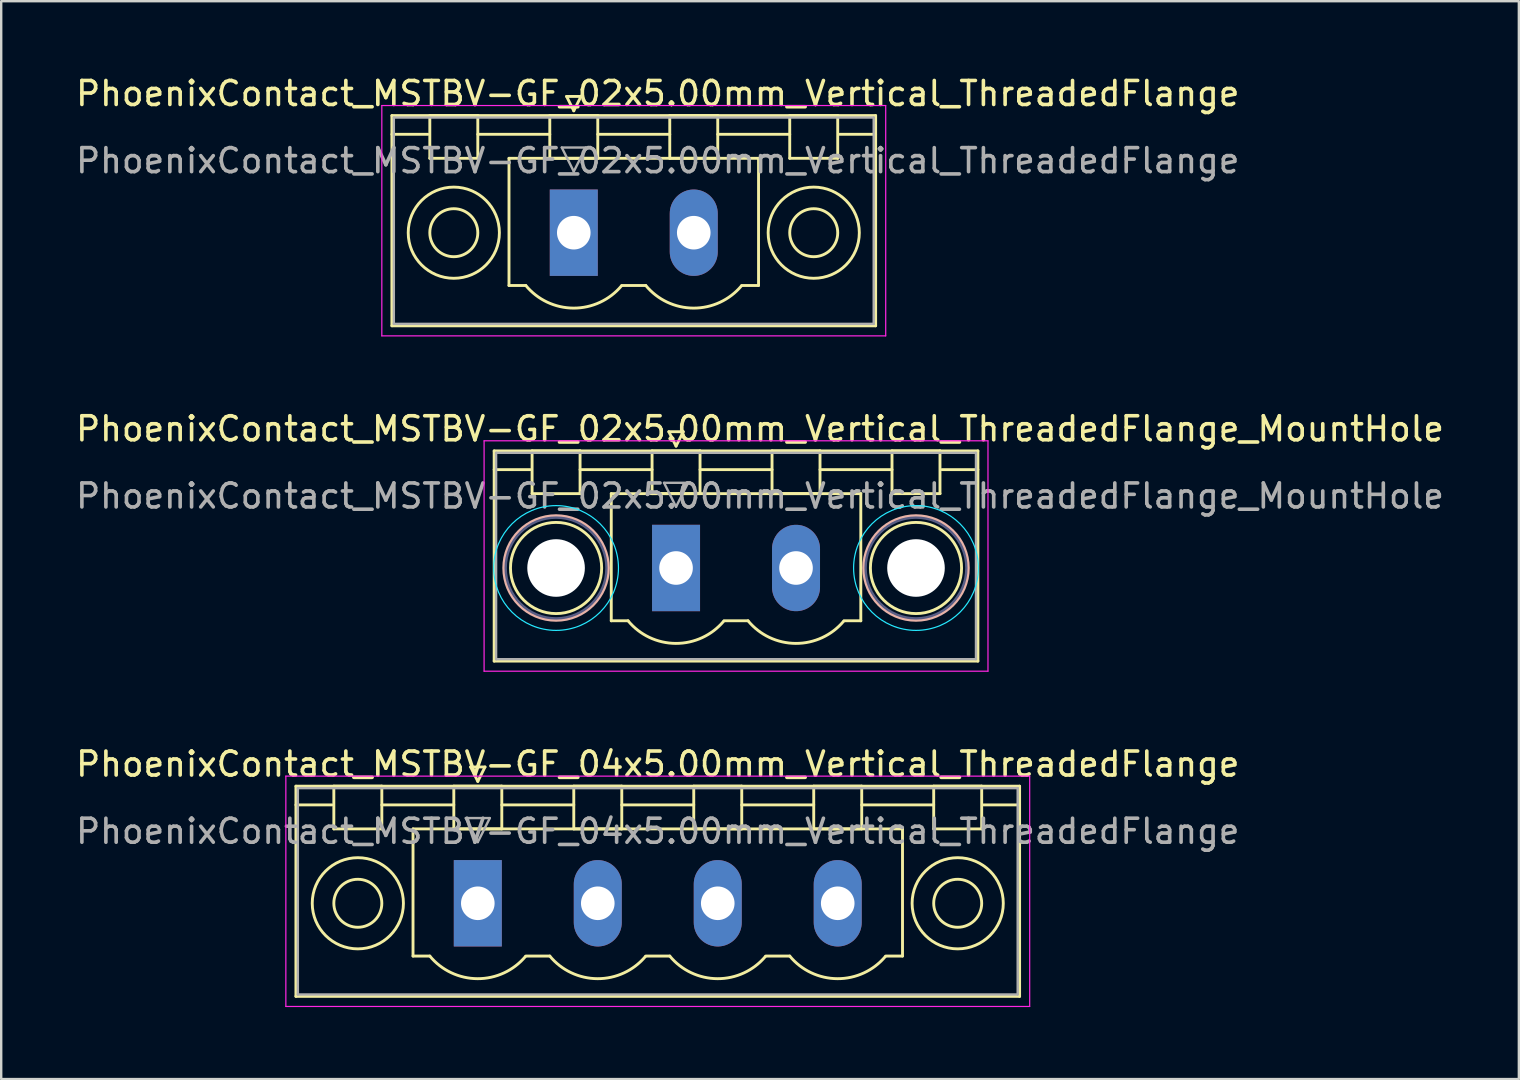
<source format=kicad_pcb>
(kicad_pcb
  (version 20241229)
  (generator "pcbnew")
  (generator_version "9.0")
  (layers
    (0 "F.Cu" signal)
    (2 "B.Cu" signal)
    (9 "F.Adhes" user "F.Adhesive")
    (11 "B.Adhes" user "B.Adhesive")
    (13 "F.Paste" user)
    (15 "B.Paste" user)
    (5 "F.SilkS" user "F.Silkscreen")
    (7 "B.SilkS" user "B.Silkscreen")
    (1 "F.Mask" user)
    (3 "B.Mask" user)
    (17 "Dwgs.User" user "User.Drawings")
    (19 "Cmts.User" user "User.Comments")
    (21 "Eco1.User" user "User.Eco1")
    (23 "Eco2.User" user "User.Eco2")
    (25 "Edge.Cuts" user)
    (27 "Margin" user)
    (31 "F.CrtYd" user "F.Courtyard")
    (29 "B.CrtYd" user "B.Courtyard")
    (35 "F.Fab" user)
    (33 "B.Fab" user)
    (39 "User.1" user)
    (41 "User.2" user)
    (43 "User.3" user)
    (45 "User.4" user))
  (footprint "PhoenixContact_MSTBV-GF_04x5.00mm_Vertical_ThreadedFlange"
    (layer "F.Cu")
    (at 16.863 34.595)
    (property "Reference" "PhoenixContact_MSTBV-GF_04x5.00mm_Vertical_ThreadedFlange" (at 7.5 -5.8 0) (layer "F.SilkS") (effects (font (size 1 1) (thickness 0.15))))
    (attr through_hole)
    (fp_line (start -7.58 -4.88) (end -7.58 3.88) (stroke (width 0.12) (type solid)) (layer "F.SilkS"))
    (fp_line (start -7.58 -4.1) (end -6.08 -4.1) (stroke (width 0.12) (type solid)) (layer "F.SilkS"))
    (fp_line (start -7.58 3.88) (end 22.58 3.88) (stroke (width 0.12) (type solid)) (layer "F.SilkS"))
    (fp_line (start -6 -4.88) (end -4 -4.88) (stroke (width 0.12) (type solid)) (layer "F.SilkS"))
    (fp_line (start -6 -3.1) (end -6 -4.88) (stroke (width 0.12) (type solid)) (layer "F.SilkS"))
    (fp_line (start -4 -4.88) (end -4 -3.1) (stroke (width 0.12) (type solid)) (layer "F.SilkS"))
    (fp_line (start -4 -4.1) (end -1 -4.1) (stroke (width 0.12) (type solid)) (layer "F.SilkS"))
    (fp_line (start -4 -3.1) (end -6 -3.1) (stroke (width 0.12) (type solid)) (layer "F.SilkS"))
    (fp_line (start -2.7 -3.1) (end 17.7 -3.1) (stroke (width 0.12) (type solid)) (layer "F.SilkS"))
    (fp_line (start -2.7 2.2) (end -2.7 -3.1) (stroke (width 0.12) (type solid)) (layer "F.SilkS"))
    (fp_line (start -2 2.2) (end -2.7 2.2) (stroke (width 0.12) (type solid)) (layer "F.SilkS"))
    (fp_line (start -1 -4.88) (end 1 -4.88) (stroke (width 0.12) (type solid)) (layer "F.SilkS"))
    (fp_line (start -1 -3.1) (end -1 -4.88) (stroke (width 0.12) (type solid)) (layer "F.SilkS"))
    (fp_line (start -0.3 -5.68) (end 0.3 -5.68) (stroke (width 0.12) (type solid)) (layer "F.SilkS"))
    (fp_line (start 0 -5.08) (end -0.3 -5.68) (stroke (width 0.12) (type solid)) (layer "F.SilkS"))
    (fp_line (start 0.3 -5.68) (end 0 -5.08) (stroke (width 0.12) (type solid)) (layer "F.SilkS"))
    (fp_line (start 1 -4.88) (end 1 -3.1) (stroke (width 0.12) (type solid)) (layer "F.SilkS"))
    (fp_line (start 1 -4.1) (end 4 -4.1) (stroke (width 0.12) (type solid)) (layer "F.SilkS"))
    (fp_line (start 1 -3.1) (end -1 -3.1) (stroke (width 0.12) (type solid)) (layer "F.SilkS"))
    (fp_line (start 2 2.2) (end 3 2.2) (stroke (width 0.12) (type solid)) (layer "F.SilkS"))
    (fp_line (start 4 -4.88) (end 6 -4.88) (stroke (width 0.12) (type solid)) (layer "F.SilkS"))
    (fp_line (start 4 -3.1) (end 4 -4.88) (stroke (width 0.12) (type solid)) (layer "F.SilkS"))
    (fp_line (start 6 -4.88) (end 6 -3.1) (stroke (width 0.12) (type solid)) (layer "F.SilkS"))
    (fp_line (start 6 -4.1) (end 9 -4.1) (stroke (width 0.12) (type solid)) (layer "F.SilkS"))
    (fp_line (start 6 -3.1) (end 4 -3.1) (stroke (width 0.12) (type solid)) (layer "F.SilkS"))
    (fp_line (start 7 2.2) (end 8 2.2) (stroke (width 0.12) (type solid)) (layer "F.SilkS"))
    (fp_line (start 9 -4.88) (end 11 -4.88) (stroke (width 0.12) (type solid)) (layer "F.SilkS"))
    (fp_line (start 9 -3.1) (end 9 -4.88) (stroke (width 0.12) (type solid)) (layer "F.SilkS"))
    (fp_line (start 11 -4.88) (end 11 -3.1) (stroke (width 0.12) (type solid)) (layer "F.SilkS"))
    (fp_line (start 11 -4.1) (end 14 -4.1) (stroke (width 0.12) (type solid)) (layer "F.SilkS"))
    (fp_line (start 11 -3.1) (end 9 -3.1) (stroke (width 0.12) (type solid)) (layer "F.SilkS"))
    (fp_line (start 12 2.2) (end 13 2.2) (stroke (width 0.12) (type solid)) (layer "F.SilkS"))
    (fp_line (start 14 -4.88) (end 16 -4.88) (stroke (width 0.12) (type solid)) (layer "F.SilkS"))
    (fp_line (start 14 -3.1) (end 14 -4.88) (stroke (width 0.12) (type solid)) (layer "F.SilkS"))
    (fp_line (start 16 -4.88) (end 16 -3.1) (stroke (width 0.12) (type solid)) (layer "F.SilkS"))
    (fp_line (start 16 -4.1) (end 19 -4.1) (stroke (width 0.12) (type solid)) (layer "F.SilkS"))
    (fp_line (start 16 -3.1) (end 14 -3.1) (stroke (width 0.12) (type solid)) (layer "F.SilkS"))
    (fp_line (start 17.7 -3.1) (end 17.7 2.2) (stroke (width 0.12) (type solid)) (layer "F.SilkS"))
    (fp_line (start 17.7 2.2) (end 17 2.2) (stroke (width 0.12) (type solid)) (layer "F.SilkS"))
    (fp_line (start 19 -4.88) (end 21 -4.88) (stroke (width 0.12) (type solid)) (layer "F.SilkS"))
    (fp_line (start 19 -3.1) (end 19 -4.88) (stroke (width 0.12) (type solid)) (layer "F.SilkS"))
    (fp_line (start 21 -4.88) (end 21 -3.1) (stroke (width 0.12) (type solid)) (layer "F.SilkS"))
    (fp_line (start 21 -3.1) (end 19 -3.1) (stroke (width 0.12) (type solid)) (layer "F.SilkS"))
    (fp_line (start 22.58 -4.88) (end -7.58 -4.88) (stroke (width 0.12) (type solid)) (layer "F.SilkS"))
    (fp_line (start 22.58 -4.1) (end 21.08 -4.1) (stroke (width 0.12) (type solid)) (layer "F.SilkS"))
    (fp_line (start 22.58 3.88) (end 22.58 -4.88) (stroke (width 0.12) (type solid)) (layer "F.SilkS"))
    (fp_arc (start 1.986842 2.215821) (mid -0.010289 3.142758) (end -2 2.2) (stroke (width 0.12) (type solid)) (layer "F.SilkS"))
    (fp_arc (start 6.986842 2.215821) (mid 4.989711 3.142758) (end 3 2.2) (stroke (width 0.12) (type solid)) (layer "F.SilkS"))
    (fp_arc (start 11.986842 2.215821) (mid 9.989711 3.142758) (end 8 2.2) (stroke (width 0.12) (type solid)) (layer "F.SilkS"))
    (fp_arc (start 16.986842 2.215821) (mid 14.989711 3.142758) (end 13 2.2) (stroke (width 0.12) (type solid)) (layer "F.SilkS"))
    (fp_circle (center -5 0) (end -4 0) (stroke (width 0.12) (type solid)) (fill no) (layer "F.SilkS"))
    (fp_circle (center -5 0) (end -3.1 0) (stroke (width 0.12) (type solid)) (fill no) (layer "F.SilkS"))
    (fp_circle (center 20 0) (end 21 0) (stroke (width 0.12) (type solid)) (fill no) (layer "F.SilkS"))
    (fp_circle (center 20 0) (end 21.9 0) (stroke (width 0.12) (type solid)) (fill no) (layer "F.SilkS"))
    (fp_line (start -8 -5.3) (end -8 4.3) (stroke (width 0.05) (type solid)) (layer "F.CrtYd"))
    (fp_line (start -8 4.3) (end 23 4.3) (stroke (width 0.05) (type solid)) (layer "F.CrtYd"))
    (fp_line (start 23 -5.3) (end -8 -5.3) (stroke (width 0.05) (type solid)) (layer "F.CrtYd"))
    (fp_line (start 23 4.3) (end 23 -5.3) (stroke (width 0.05) (type solid)) (layer "F.CrtYd"))
    (fp_line (start -7.5 -4.8) (end -7.5 3.8) (stroke (width 0.1) (type solid)) (layer "F.Fab"))
    (fp_line (start -7.5 3.8) (end 22.5 3.8) (stroke (width 0.1) (type solid)) (layer "F.Fab"))
    (fp_line (start -0.5 -3.55) (end 0.5 -3.55) (stroke (width 0.1) (type solid)) (layer "F.Fab"))
    (fp_line (start 0 -2.55) (end -0.5 -3.55) (stroke (width 0.1) (type solid)) (layer "F.Fab"))
    (fp_line (start 0.5 -3.55) (end 0 -2.55) (stroke (width 0.1) (type solid)) (layer "F.Fab"))
    (fp_line (start 22.5 -4.8) (end -7.5 -4.8) (stroke (width 0.1) (type solid)) (layer "F.Fab"))
    (fp_line (start 22.5 3.8) (end 22.5 -4.8) (stroke (width 0.1) (type solid)) (layer "F.Fab"))
    (fp_text user "${REFERENCE}" (at 7.5 -3 0) (layer "F.Fab") (effects (font (size 1 1) (thickness 0.15))))
    (pad "1" thru_hole rect (at 0 0) (size 2 3.6) (drill 1.4) (layers "*.Cu" "*.Mask"))
    (pad "2" thru_hole oval (at 5 0) (size 2 3.6) (drill 1.4) (layers "*.Cu" "*.Mask"))
    (pad "3" thru_hole oval (at 10 0) (size 2 3.6) (drill 1.4) (layers "*.Cu" "*.Mask"))
    (pad "4" thru_hole oval (at 15 0) (size 2 3.6) (drill 1.4) (layers "*.Cu" "*.Mask")))
  (footprint "PhoenixContact_MSTBV-GF_02x5.00mm_Vertical_ThreadedFlange"
    (layer "F.Cu")
    (at 20.863 6.648)
    (property "Reference" "PhoenixContact_MSTBV-GF_02x5.00mm_Vertical_ThreadedFlange" (at 3.5 -5.8 0) (layer "F.SilkS") (effects (font (size 1 1) (thickness 0.15))))
    (attr through_hole)
    (fp_line (start -7.58 -4.88) (end -7.58 3.88) (stroke (width 0.12) (type solid)) (layer "F.SilkS"))
    (fp_line (start -7.58 -4.1) (end -6.08 -4.1) (stroke (width 0.12) (type solid)) (layer "F.SilkS"))
    (fp_line (start -7.58 3.88) (end 12.58 3.88) (stroke (width 0.12) (type solid)) (layer "F.SilkS"))
    (fp_line (start -6 -4.88) (end -4 -4.88) (stroke (width 0.12) (type solid)) (layer "F.SilkS"))
    (fp_line (start -6 -3.1) (end -6 -4.88) (stroke (width 0.12) (type solid)) (layer "F.SilkS"))
    (fp_line (start -4 -4.88) (end -4 -3.1) (stroke (width 0.12) (type solid)) (layer "F.SilkS"))
    (fp_line (start -4 -4.1) (end -1 -4.1) (stroke (width 0.12) (type solid)) (layer "F.SilkS"))
    (fp_line (start -4 -3.1) (end -6 -3.1) (stroke (width 0.12) (type solid)) (layer "F.SilkS"))
    (fp_line (start -2.7 -3.1) (end 7.7 -3.1) (stroke (width 0.12) (type solid)) (layer "F.SilkS"))
    (fp_line (start -2.7 2.2) (end -2.7 -3.1) (stroke (width 0.12) (type solid)) (layer "F.SilkS"))
    (fp_line (start -2 2.2) (end -2.7 2.2) (stroke (width 0.12) (type solid)) (layer "F.SilkS"))
    (fp_line (start -1 -4.88) (end 1 -4.88) (stroke (width 0.12) (type solid)) (layer "F.SilkS"))
    (fp_line (start -1 -3.1) (end -1 -4.88) (stroke (width 0.12) (type solid)) (layer "F.SilkS"))
    (fp_line (start -0.3 -5.68) (end 0.3 -5.68) (stroke (width 0.12) (type solid)) (layer "F.SilkS"))
    (fp_line (start 0 -5.08) (end -0.3 -5.68) (stroke (width 0.12) (type solid)) (layer "F.SilkS"))
    (fp_line (start 0.3 -5.68) (end 0 -5.08) (stroke (width 0.12) (type solid)) (layer "F.SilkS"))
    (fp_line (start 1 -4.88) (end 1 -3.1) (stroke (width 0.12) (type solid)) (layer "F.SilkS"))
    (fp_line (start 1 -4.1) (end 4 -4.1) (stroke (width 0.12) (type solid)) (layer "F.SilkS"))
    (fp_line (start 1 -3.1) (end -1 -3.1) (stroke (width 0.12) (type solid)) (layer "F.SilkS"))
    (fp_line (start 2 2.2) (end 3 2.2) (stroke (width 0.12) (type solid)) (layer "F.SilkS"))
    (fp_line (start 4 -4.88) (end 6 -4.88) (stroke (width 0.12) (type solid)) (layer "F.SilkS"))
    (fp_line (start 4 -3.1) (end 4 -4.88) (stroke (width 0.12) (type solid)) (layer "F.SilkS"))
    (fp_line (start 6 -4.88) (end 6 -3.1) (stroke (width 0.12) (type solid)) (layer "F.SilkS"))
    (fp_line (start 6 -4.1) (end 9 -4.1) (stroke (width 0.12) (type solid)) (layer "F.SilkS"))
    (fp_line (start 6 -3.1) (end 4 -3.1) (stroke (width 0.12) (type solid)) (layer "F.SilkS"))
    (fp_line (start 7.7 -3.1) (end 7.7 2.2) (stroke (width 0.12) (type solid)) (layer "F.SilkS"))
    (fp_line (start 7.7 2.2) (end 7 2.2) (stroke (width 0.12) (type solid)) (layer "F.SilkS"))
    (fp_line (start 9 -4.88) (end 11 -4.88) (stroke (width 0.12) (type solid)) (layer "F.SilkS"))
    (fp_line (start 9 -3.1) (end 9 -4.88) (stroke (width 0.12) (type solid)) (layer "F.SilkS"))
    (fp_line (start 11 -4.88) (end 11 -3.1) (stroke (width 0.12) (type solid)) (layer "F.SilkS"))
    (fp_line (start 11 -3.1) (end 9 -3.1) (stroke (width 0.12) (type solid)) (layer "F.SilkS"))
    (fp_line (start 12.58 -4.88) (end -7.58 -4.88) (stroke (width 0.12) (type solid)) (layer "F.SilkS"))
    (fp_line (start 12.58 -4.1) (end 11.08 -4.1) (stroke (width 0.12) (type solid)) (layer "F.SilkS"))
    (fp_line (start 12.58 3.88) (end 12.58 -4.88) (stroke (width 0.12) (type solid)) (layer "F.SilkS"))
    (fp_arc (start 1.986842 2.215821) (mid -0.010289 3.142758) (end -2 2.2) (stroke (width 0.12) (type solid)) (layer "F.SilkS"))
    (fp_arc (start 6.986842 2.215821) (mid 4.989711 3.142758) (end 3 2.2) (stroke (width 0.12) (type solid)) (layer "F.SilkS"))
    (fp_circle (center -5 0) (end -4 0) (stroke (width 0.12) (type solid)) (fill no) (layer "F.SilkS"))
    (fp_circle (center -5 0) (end -3.1 0) (stroke (width 0.12) (type solid)) (fill no) (layer "F.SilkS"))
    (fp_circle (center 10 0) (end 11 0) (stroke (width 0.12) (type solid)) (fill no) (layer "F.SilkS"))
    (fp_circle (center 10 0) (end 11.9 0) (stroke (width 0.12) (type solid)) (fill no) (layer "F.SilkS"))
    (fp_line (start -8 -5.3) (end -8 4.3) (stroke (width 0.05) (type solid)) (layer "F.CrtYd"))
    (fp_line (start -8 4.3) (end 13 4.3) (stroke (width 0.05) (type solid)) (layer "F.CrtYd"))
    (fp_line (start 13 -5.3) (end -8 -5.3) (stroke (width 0.05) (type solid)) (layer "F.CrtYd"))
    (fp_line (start 13 4.3) (end 13 -5.3) (stroke (width 0.05) (type solid)) (layer "F.CrtYd"))
    (fp_line (start -7.5 -4.8) (end -7.5 3.8) (stroke (width 0.1) (type solid)) (layer "F.Fab"))
    (fp_line (start -7.5 3.8) (end 12.5 3.8) (stroke (width 0.1) (type solid)) (layer "F.Fab"))
    (fp_line (start -0.5 -3.55) (end 0.5 -3.55) (stroke (width 0.1) (type solid)) (layer "F.Fab"))
    (fp_line (start 0 -2.55) (end -0.5 -3.55) (stroke (width 0.1) (type solid)) (layer "F.Fab"))
    (fp_line (start 0.5 -3.55) (end 0 -2.55) (stroke (width 0.1) (type solid)) (layer "F.Fab"))
    (fp_line (start 12.5 -4.8) (end -7.5 -4.8) (stroke (width 0.1) (type solid)) (layer "F.Fab"))
    (fp_line (start 12.5 3.8) (end 12.5 -4.8) (stroke (width 0.1) (type solid)) (layer "F.Fab"))
    (fp_text user "${REFERENCE}" (at 3.5 -3 0) (layer "F.Fab") (effects (font (size 1 1) (thickness 0.15))))
    (pad "1" thru_hole rect (at 0 0) (size 2 3.6) (drill 1.4) (layers "*.Cu" "*.Mask"))
    (pad "2" thru_hole oval (at 5 0) (size 2 3.6) (drill 1.4) (layers "*.Cu" "*.Mask")))
  (footprint "PhoenixContact_MSTBV-GF_02x5.00mm_Vertical_ThreadedFlange_MountHole"
    (layer "F.Cu")
    (at 25.125 20.622)
    (property "Reference" "PhoenixContact_MSTBV-GF_02x5.00mm_Vertical_ThreadedFlange_MountHole" (at 3.5 -5.8 0) (layer "F.SilkS") (effects (font (size 1 1) (thickness 0.15))))
    (attr through_hole)
    (fp_line (start -7.58 -4.88) (end -7.58 3.88) (stroke (width 0.12) (type solid)) (layer "F.SilkS"))
    (fp_line (start -7.58 -4.1) (end -6.08 -4.1) (stroke (width 0.12) (type solid)) (layer "F.SilkS"))
    (fp_line (start -7.58 3.88) (end 12.58 3.88) (stroke (width 0.12) (type solid)) (layer "F.SilkS"))
    (fp_line (start -6 -4.88) (end -4 -4.88) (stroke (width 0.12) (type solid)) (layer "F.SilkS"))
    (fp_line (start -6 -3.1) (end -6 -4.88) (stroke (width 0.12) (type solid)) (layer "F.SilkS"))
    (fp_line (start -4 -4.88) (end -4 -3.1) (stroke (width 0.12) (type solid)) (layer "F.SilkS"))
    (fp_line (start -4 -4.1) (end -1 -4.1) (stroke (width 0.12) (type solid)) (layer "F.SilkS"))
    (fp_line (start -4 -3.1) (end -6 -3.1) (stroke (width 0.12) (type solid)) (layer "F.SilkS"))
    (fp_line (start -2.7 -3.1) (end 7.7 -3.1) (stroke (width 0.12) (type solid)) (layer "F.SilkS"))
    (fp_line (start -2.7 2.2) (end -2.7 -3.1) (stroke (width 0.12) (type solid)) (layer "F.SilkS"))
    (fp_line (start -2 2.2) (end -2.7 2.2) (stroke (width 0.12) (type solid)) (layer "F.SilkS"))
    (fp_line (start -1 -4.88) (end 1 -4.88) (stroke (width 0.12) (type solid)) (layer "F.SilkS"))
    (fp_line (start -1 -3.1) (end -1 -4.88) (stroke (width 0.12) (type solid)) (layer "F.SilkS"))
    (fp_line (start -0.3 -5.68) (end 0.3 -5.68) (stroke (width 0.12) (type solid)) (layer "F.SilkS"))
    (fp_line (start 0 -5.08) (end -0.3 -5.68) (stroke (width 0.12) (type solid)) (layer "F.SilkS"))
    (fp_line (start 0.3 -5.68) (end 0 -5.08) (stroke (width 0.12) (type solid)) (layer "F.SilkS"))
    (fp_line (start 1 -4.88) (end 1 -3.1) (stroke (width 0.12) (type solid)) (layer "F.SilkS"))
    (fp_line (start 1 -4.1) (end 4 -4.1) (stroke (width 0.12) (type solid)) (layer "F.SilkS"))
    (fp_line (start 1 -3.1) (end -1 -3.1) (stroke (width 0.12) (type solid)) (layer "F.SilkS"))
    (fp_line (start 2 2.2) (end 3 2.2) (stroke (width 0.12) (type solid)) (layer "F.SilkS"))
    (fp_line (start 4 -4.88) (end 6 -4.88) (stroke (width 0.12) (type solid)) (layer "F.SilkS"))
    (fp_line (start 4 -3.1) (end 4 -4.88) (stroke (width 0.12) (type solid)) (layer "F.SilkS"))
    (fp_line (start 6 -4.88) (end 6 -3.1) (stroke (width 0.12) (type solid)) (layer "F.SilkS"))
    (fp_line (start 6 -4.1) (end 9 -4.1) (stroke (width 0.12) (type solid)) (layer "F.SilkS"))
    (fp_line (start 6 -3.1) (end 4 -3.1) (stroke (width 0.12) (type solid)) (layer "F.SilkS"))
    (fp_line (start 7.7 -3.1) (end 7.7 2.2) (stroke (width 0.12) (type solid)) (layer "F.SilkS"))
    (fp_line (start 7.7 2.2) (end 7 2.2) (stroke (width 0.12) (type solid)) (layer "F.SilkS"))
    (fp_line (start 9 -4.88) (end 11 -4.88) (stroke (width 0.12) (type solid)) (layer "F.SilkS"))
    (fp_line (start 9 -3.1) (end 9 -4.88) (stroke (width 0.12) (type solid)) (layer "F.SilkS"))
    (fp_line (start 11 -4.88) (end 11 -3.1) (stroke (width 0.12) (type solid)) (layer "F.SilkS"))
    (fp_line (start 11 -3.1) (end 9 -3.1) (stroke (width 0.12) (type solid)) (layer "F.SilkS"))
    (fp_line (start 12.58 -4.88) (end -7.58 -4.88) (stroke (width 0.12) (type solid)) (layer "F.SilkS"))
    (fp_line (start 12.58 -4.1) (end 11.08 -4.1) (stroke (width 0.12) (type solid)) (layer "F.SilkS"))
    (fp_line (start 12.58 3.88) (end 12.58 -4.88) (stroke (width 0.12) (type solid)) (layer "F.SilkS"))
    (fp_arc (start 1.986842 2.215821) (mid -0.010289 3.142758) (end -2 2.2) (stroke (width 0.12) (type solid)) (layer "F.SilkS"))
    (fp_arc (start 6.986842 2.215821) (mid 4.989711 3.142758) (end 3 2.2) (stroke (width 0.12) (type solid)) (layer "F.SilkS"))
    (fp_circle (center -5 0) (end -3.1 0) (stroke (width 0.12) (type solid)) (fill no) (layer "F.SilkS"))
    (fp_circle (center 10 0) (end 11.9 0) (stroke (width 0.12) (type solid)) (fill no) (layer "F.SilkS"))
    (fp_circle (center -5 0) (end -2.82 0) (stroke (width 0.12) (type solid)) (fill no) (layer "B.SilkS"))
    (fp_circle (center 10 0) (end 12.18 0) (stroke (width 0.12) (type solid)) (fill no) (layer "B.SilkS"))
    (fp_circle (center -5 0) (end -2.4 0) (stroke (width 0.05) (type solid)) (fill no) (layer "B.CrtYd"))
    (fp_circle (center 10 0) (end 12.6 0) (stroke (width 0.05) (type solid)) (fill no) (layer "B.CrtYd"))
    (fp_line (start -8 -5.3) (end -8 4.3) (stroke (width 0.05) (type solid)) (layer "F.CrtYd"))
    (fp_line (start -8 4.3) (end 13 4.3) (stroke (width 0.05) (type solid)) (layer "F.CrtYd"))
    (fp_line (start 13 -5.3) (end -8 -5.3) (stroke (width 0.05) (type solid)) (layer "F.CrtYd"))
    (fp_line (start 13 4.3) (end 13 -5.3) (stroke (width 0.05) (type solid)) (layer "F.CrtYd"))
    (fp_circle (center -5 0) (end -2.9 0) (stroke (width 0.1) (type solid)) (fill no) (layer "B.Fab"))
    (fp_circle (center 10 0) (end 12.1 0) (stroke (width 0.1) (type solid)) (fill no) (layer "B.Fab"))
    (fp_line (start -7.5 -4.8) (end -7.5 3.8) (stroke (width 0.1) (type solid)) (layer "F.Fab"))
    (fp_line (start -7.5 3.8) (end 12.5 3.8) (stroke (width 0.1) (type solid)) (layer "F.Fab"))
    (fp_line (start -0.5 -3.55) (end 0.5 -3.55) (stroke (width 0.1) (type solid)) (layer "F.Fab"))
    (fp_line (start 0 -2.55) (end -0.5 -3.55) (stroke (width 0.1) (type solid)) (layer "F.Fab"))
    (fp_line (start 0.5 -3.55) (end 0 -2.55) (stroke (width 0.1) (type solid)) (layer "F.Fab"))
    (fp_line (start 12.5 -4.8) (end -7.5 -4.8) (stroke (width 0.1) (type solid)) (layer "F.Fab"))
    (fp_line (start 12.5 3.8) (end 12.5 -4.8) (stroke (width 0.1) (type solid)) (layer "F.Fab"))
    (fp_text user "${REFERENCE}" (at 3.5 -3 0) (layer "F.Fab") (effects (font (size 1 1) (thickness 0.15))))
    (pad "" np_thru_hole circle (at -5 0) (size 2.4 2.4) (drill 2.4) (layers "*.Cu" "*.Mask"))
    (pad "" np_thru_hole circle (at 10 0) (size 2.4 2.4) (drill 2.4) (layers "*.Cu" "*.Mask"))
    (pad "1" thru_hole rect (at 0 0) (size 2 3.6) (drill 1.4) (layers "*.Cu" "*.Mask"))
    (pad "2" thru_hole oval (at 5 0) (size 2 3.6) (drill 1.4) (layers "*.Cu" "*.Mask")))
  (gr_rect
    (start -3 -3)
    (end 60.25 41.92)
    (stroke (width 0.1) (type default))
    (fill no)
    (layer "Edge.Cuts")))
</source>
